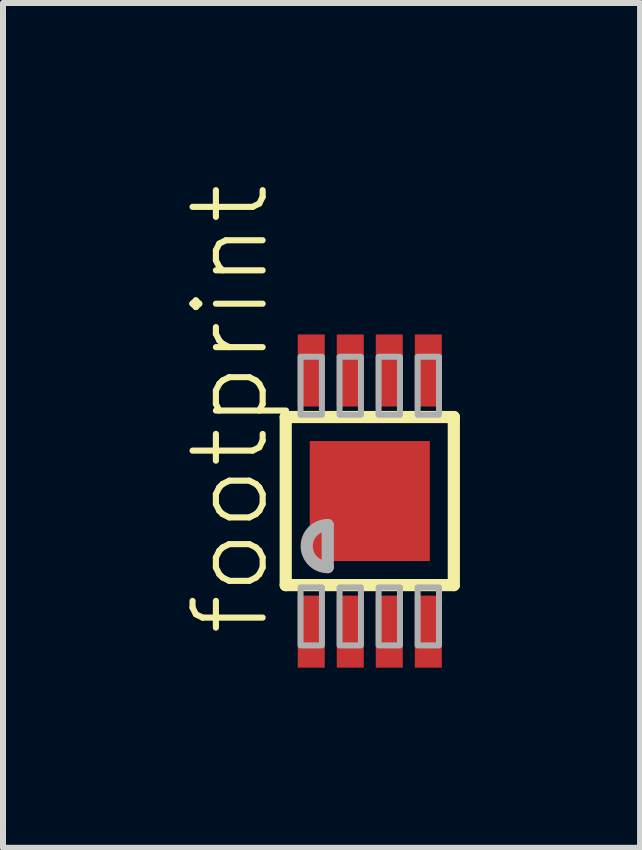
<source format=kicad_pcb>
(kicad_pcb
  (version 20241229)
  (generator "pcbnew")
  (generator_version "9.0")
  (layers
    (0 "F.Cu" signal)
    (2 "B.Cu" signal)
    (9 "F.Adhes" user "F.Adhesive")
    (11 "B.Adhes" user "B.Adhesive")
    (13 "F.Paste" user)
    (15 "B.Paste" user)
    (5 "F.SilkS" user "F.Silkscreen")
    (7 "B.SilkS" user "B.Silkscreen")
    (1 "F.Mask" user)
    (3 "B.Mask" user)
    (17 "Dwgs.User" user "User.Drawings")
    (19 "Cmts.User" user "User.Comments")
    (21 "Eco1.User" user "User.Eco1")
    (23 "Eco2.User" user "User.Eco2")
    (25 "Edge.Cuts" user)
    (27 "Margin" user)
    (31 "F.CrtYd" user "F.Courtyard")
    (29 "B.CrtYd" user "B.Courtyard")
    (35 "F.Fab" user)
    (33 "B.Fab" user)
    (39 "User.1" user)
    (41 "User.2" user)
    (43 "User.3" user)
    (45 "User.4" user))
  (footprint "footprint"
    (layer "F.Cu")
    (at 3.109 5.296)
    (property "Reference" "footprint" (at -1.636 2.286 90) (layer "F.SilkS") (effects (font (size 1.168 1.168) (thickness 0.102)) (justify left bottom)))
    (fp_line (start -1.4 -1.4) (end 1.4 -1.4) (stroke (width 0.203) (type solid)) (layer "F.SilkS"))
    (fp_line (start -1.4 1.4) (end -1.4 -1.4) (stroke (width 0.203) (type solid)) (layer "F.SilkS"))
    (fp_line (start 1.4 -1.4) (end 1.4 1.4) (stroke (width 0.203) (type solid)) (layer "F.SilkS"))
    (fp_line (start 1.4 1.4) (end -1.4 1.4) (stroke (width 0.203) (type solid)) (layer "F.SilkS"))
    (fp_line (start -0.7 0.4) (end -0.7 1.1) (stroke (width 0.203) (type solid)) (layer "F.Fab"))
    (fp_arc (start -0.7 1.1) (mid -1.05 0.75) (end -0.7 0.4) (stroke (width 0.2032) (type solid)) (layer "F.Fab"))
    (fp_poly (pts (xy -1.153 -1.438) (xy -0.797 -1.438) (xy -0.797 -2.404) (xy -1.153 -2.404)) (stroke (width 0.1) (type solid)) (fill no) (layer "F.Fab"))
    (fp_poly (pts (xy -1.153 2.404) (xy -0.797 2.404) (xy -0.797 1.438) (xy -1.153 1.438)) (stroke (width 0.1) (type solid)) (fill no) (layer "F.Fab"))
    (fp_poly (pts (xy -0.503 -1.438) (xy -0.147 -1.438) (xy -0.147 -2.404) (xy -0.503 -2.404)) (stroke (width 0.1) (type solid)) (fill no) (layer "F.Fab"))
    (fp_poly (pts (xy -0.503 2.404) (xy -0.147 2.404) (xy -0.147 1.438) (xy -0.503 1.438)) (stroke (width 0.1) (type solid)) (fill no) (layer "F.Fab"))
    (fp_poly (pts (xy 0.147 -1.438) (xy 0.503 -1.438) (xy 0.503 -2.404) (xy 0.147 -2.404)) (stroke (width 0.1) (type solid)) (fill no) (layer "F.Fab"))
    (fp_poly (pts (xy 0.147 2.404) (xy 0.503 2.404) (xy 0.503 1.438) (xy 0.147 1.438)) (stroke (width 0.1) (type solid)) (fill no) (layer "F.Fab"))
    (fp_poly (pts (xy 0.797 -1.438) (xy 1.153 -1.438) (xy 1.153 -2.404) (xy 0.797 -2.404)) (stroke (width 0.1) (type solid)) (fill no) (layer "F.Fab"))
    (fp_poly (pts (xy 0.797 2.404) (xy 1.153 2.404) (xy 1.153 1.438) (xy 0.797 1.438)) (stroke (width 0.1) (type solid)) (fill no) (layer "F.Fab"))
    (pad "1" smd rect (at -0.975 2.175) (size 0.45 1.2) (layers "F.Cu" "F.Mask" "F.Paste"))
    (pad "2" smd rect (at -0.325 2.175) (size 0.45 1.2) (layers "F.Cu" "F.Mask" "F.Paste"))
    (pad "3" smd rect (at 0.325 2.175) (size 0.45 1.2) (layers "F.Cu" "F.Mask" "F.Paste"))
    (pad "4" smd rect (at 0.975 2.175) (size 0.45 1.2) (layers "F.Cu" "F.Mask" "F.Paste"))
    (pad "5" smd rect (at 0.975 -2.175) (size 0.45 1.2) (layers "F.Cu" "F.Mask" "F.Paste"))
    (pad "6" smd rect (at 0.325 -2.175) (size 0.45 1.2) (layers "F.Cu" "F.Mask" "F.Paste"))
    (pad "7" smd rect (at -0.325 -2.175) (size 0.45 1.2) (layers "F.Cu" "F.Mask" "F.Paste"))
    (pad "8" smd rect (at -0.975 -2.175) (size 0.45 1.2) (layers "F.Cu" "F.Mask" "F.Paste"))
    (pad "C:\\GH\\oomlout_OOMP_V2\\oomlout_OOMP_eda_V2\\FOOTPRINT\\eagle\\eagle-default\\maxim\\UMAX8-THERMAL\\image.png" smd rect (at 0 0) (size 2 2) (layers "F.Cu" "F.Mask" "F.Paste")))
  (gr_rect
    (start -3 -3)
    (end 7.611 11.071)
    (stroke (width 0.1) (type default))
    (fill no)
    (layer "Edge.Cuts")))
</source>
